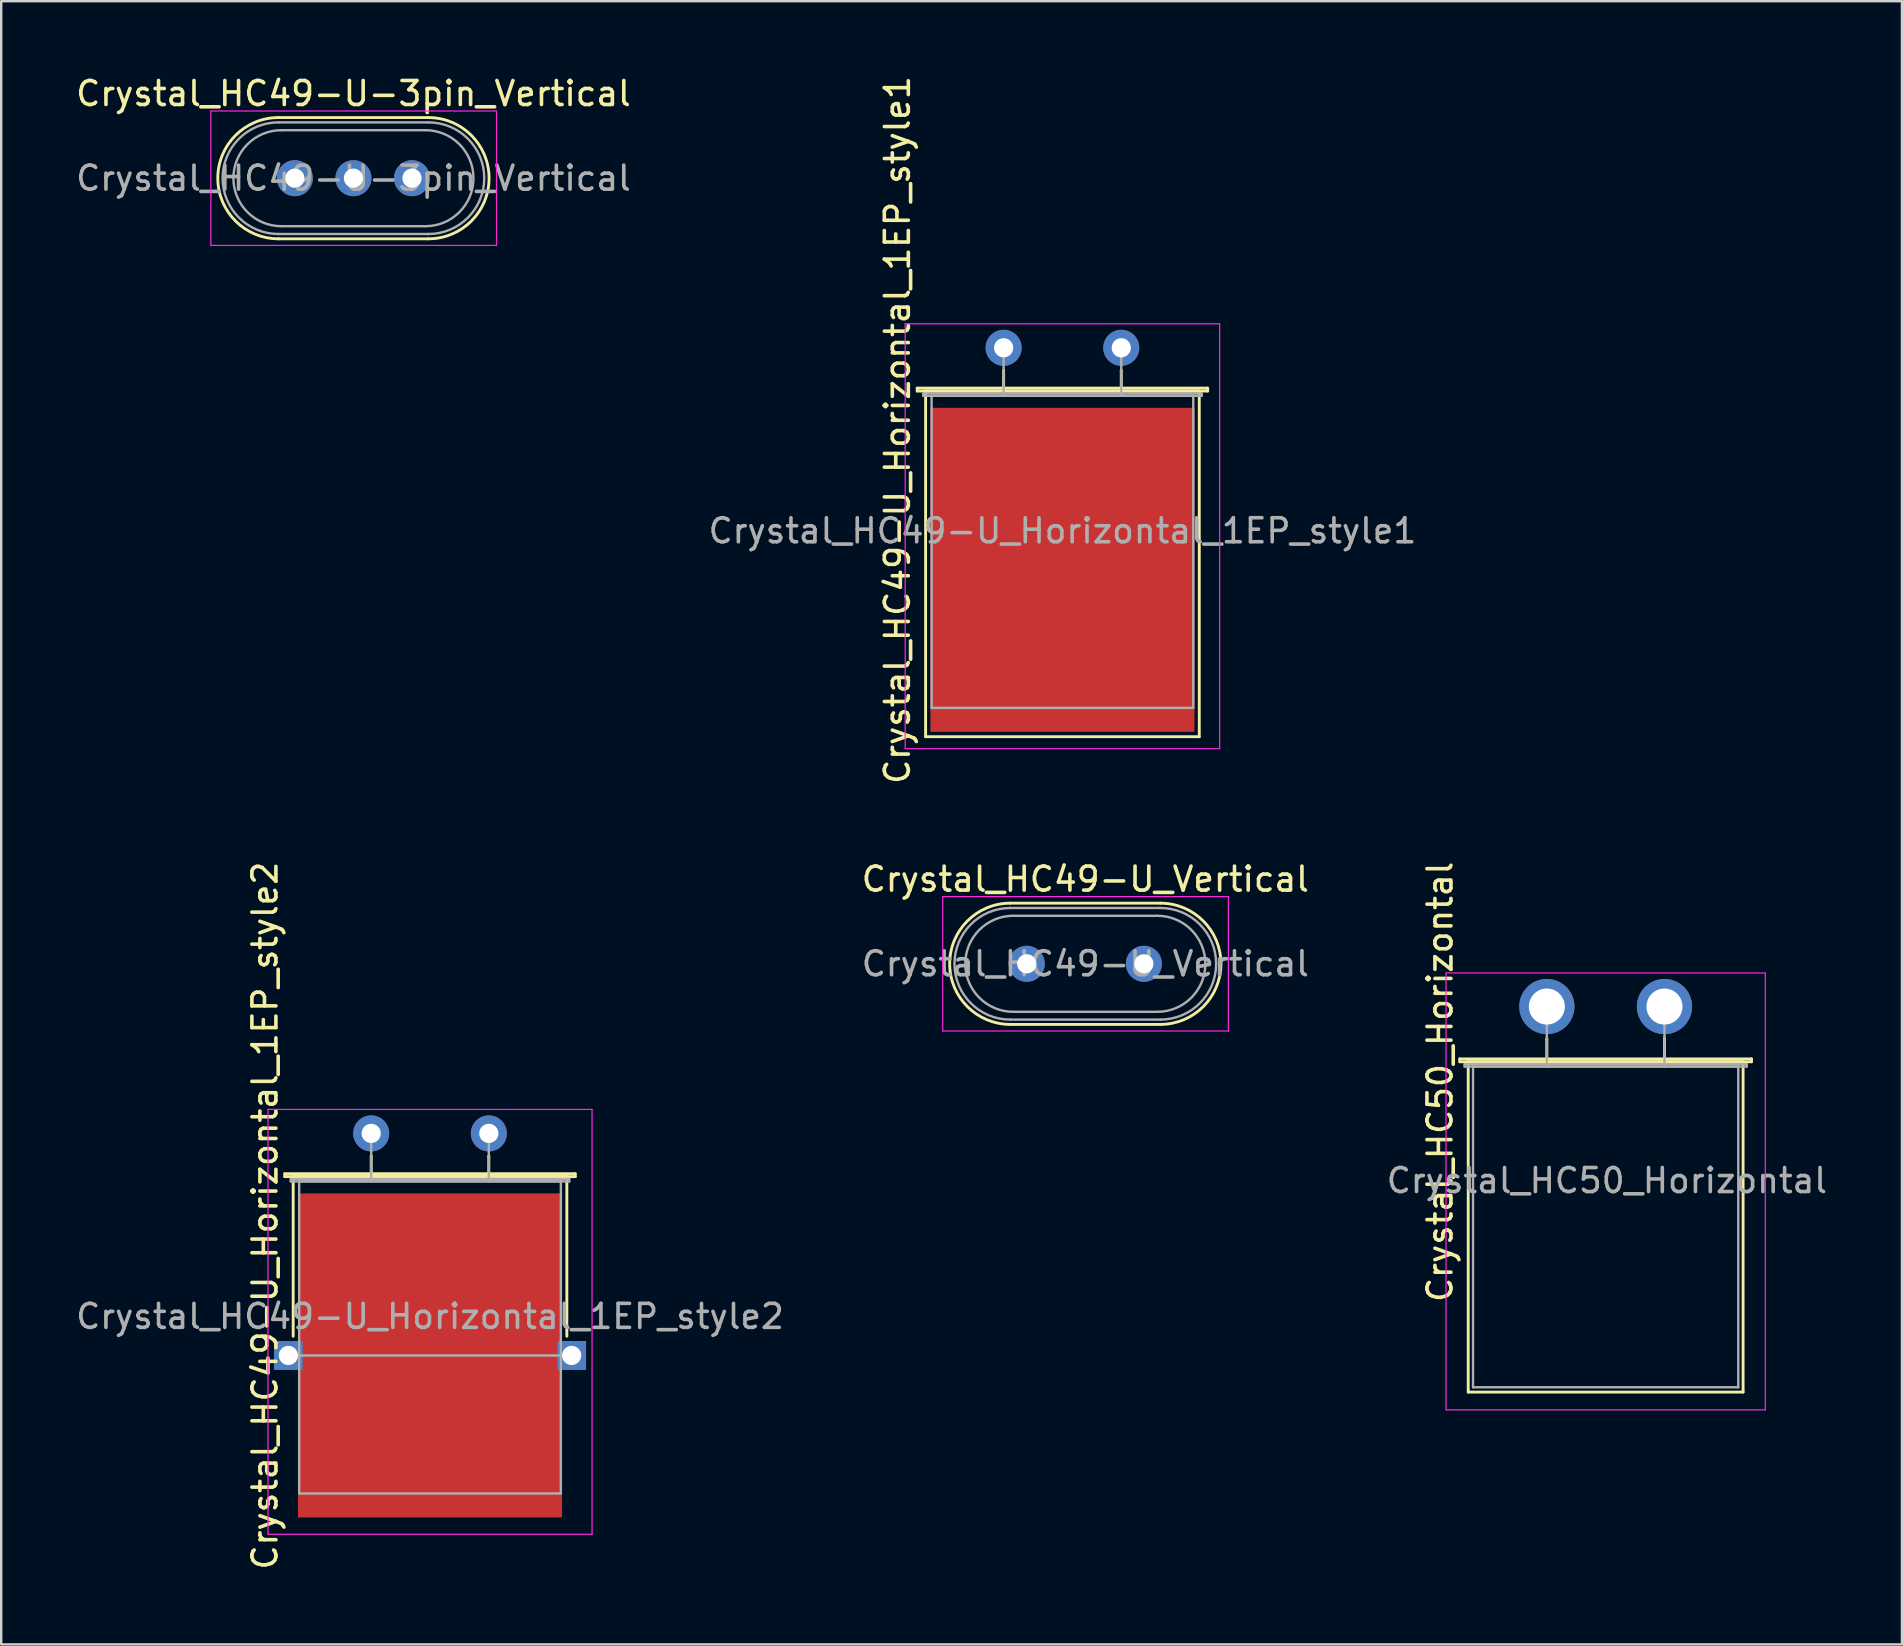
<source format=kicad_pcb>
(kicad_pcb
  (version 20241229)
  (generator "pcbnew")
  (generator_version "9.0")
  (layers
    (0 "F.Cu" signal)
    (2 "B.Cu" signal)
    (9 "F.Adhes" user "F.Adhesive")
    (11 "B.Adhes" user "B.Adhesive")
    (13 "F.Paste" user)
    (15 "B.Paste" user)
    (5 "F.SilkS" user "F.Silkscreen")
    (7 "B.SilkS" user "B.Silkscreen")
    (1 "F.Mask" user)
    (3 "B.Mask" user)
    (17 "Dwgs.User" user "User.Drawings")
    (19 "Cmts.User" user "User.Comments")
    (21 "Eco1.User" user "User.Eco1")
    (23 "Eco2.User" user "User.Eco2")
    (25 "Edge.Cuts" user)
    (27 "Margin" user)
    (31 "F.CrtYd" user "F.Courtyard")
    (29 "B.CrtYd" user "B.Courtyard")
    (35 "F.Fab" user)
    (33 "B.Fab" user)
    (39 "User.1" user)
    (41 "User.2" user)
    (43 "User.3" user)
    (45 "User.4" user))
  (footprint "Crystal_HC50_Horizontal"
    (layer "F.Cu")
    (at 61.387 38.88)
    (property "Reference" "Crystal_HC50_Horizontal" (at -4.45 3.138 90) (layer "F.SilkS") (effects (font (size 1 1) (thickness 0.15))))
    (attr through_hole)
    (fp_line (start -3.625 2.18) (end 8.525 2.18) (stroke (width 0.12) (type solid)) (layer "F.SilkS"))
    (fp_line (start -3.625 2.3) (end -3.625 2.18) (stroke (width 0.12) (type solid)) (layer "F.SilkS"))
    (fp_line (start -3.275 2.3) (end -3.275 16.06) (stroke (width 0.12) (type solid)) (layer "F.SilkS"))
    (fp_line (start -3.275 16.06) (end 8.175 16.06) (stroke (width 0.12) (type solid)) (layer "F.SilkS"))
    (fp_line (start 0 1.35) (end 0 1.35) (stroke (width 0.12) (type solid)) (layer "F.SilkS"))
    (fp_line (start 0 2.3) (end 0 1.35) (stroke (width 0.12) (type solid)) (layer "F.SilkS"))
    (fp_line (start 4.9 1.35) (end 4.9 1.35) (stroke (width 0.12) (type solid)) (layer "F.SilkS"))
    (fp_line (start 4.9 2.3) (end 4.9 1.35) (stroke (width 0.12) (type solid)) (layer "F.SilkS"))
    (fp_line (start 8.175 2.3) (end -3.275 2.3) (stroke (width 0.12) (type solid)) (layer "F.SilkS"))
    (fp_line (start 8.175 16.06) (end 8.175 2.3) (stroke (width 0.12) (type solid)) (layer "F.SilkS"))
    (fp_line (start 8.525 2.18) (end 8.525 2.3) (stroke (width 0.12) (type solid)) (layer "F.SilkS"))
    (fp_line (start 8.525 2.3) (end -3.625 2.3) (stroke (width 0.12) (type solid)) (layer "F.SilkS"))
    (fp_line (start -4.2 -1.4) (end -4.2 16.8) (stroke (width 0.05) (type solid)) (layer "F.CrtYd"))
    (fp_line (start -4.2 16.8) (end 9.1 16.8) (stroke (width 0.05) (type solid)) (layer "F.CrtYd"))
    (fp_line (start 9.1 -1.4) (end -4.2 -1.4) (stroke (width 0.05) (type solid)) (layer "F.CrtYd"))
    (fp_line (start 9.1 16.8) (end 9.1 -1.4) (stroke (width 0.05) (type solid)) (layer "F.CrtYd"))
    (fp_line (start -3.425 2.4) (end 8.325 2.4) (stroke (width 0.1) (type solid)) (layer "F.Fab"))
    (fp_line (start -3.425 2.5) (end -3.425 2.4) (stroke (width 0.1) (type solid)) (layer "F.Fab"))
    (fp_line (start -3.075 2.5) (end -3.075 15.86) (stroke (width 0.1) (type solid)) (layer "F.Fab"))
    (fp_line (start -3.075 15.86) (end 7.975 15.86) (stroke (width 0.1) (type solid)) (layer "F.Fab"))
    (fp_line (start 0 1.25) (end 0 0) (stroke (width 0.1) (type solid)) (layer "F.Fab"))
    (fp_line (start 0 2.5) (end 0 1.25) (stroke (width 0.1) (type solid)) (layer "F.Fab"))
    (fp_line (start 4.9 1.25) (end 4.9 0) (stroke (width 0.1) (type solid)) (layer "F.Fab"))
    (fp_line (start 4.9 2.5) (end 4.9 1.25) (stroke (width 0.1) (type solid)) (layer "F.Fab"))
    (fp_line (start 7.975 2.5) (end -3.075 2.5) (stroke (width 0.1) (type solid)) (layer "F.Fab"))
    (fp_line (start 7.975 15.86) (end 7.975 2.5) (stroke (width 0.1) (type solid)) (layer "F.Fab"))
    (fp_line (start 8.325 2.4) (end 8.325 2.5) (stroke (width 0.1) (type solid)) (layer "F.Fab"))
    (fp_line (start 8.325 2.5) (end -3.425 2.5) (stroke (width 0.1) (type solid)) (layer "F.Fab"))
    (fp_text user "${REFERENCE}" (at 2.5 7.25 0) (layer "F.Fab") (effects (font (size 1 1) (thickness 0.15))))
    (pad "1" thru_hole circle (at 0 0) (size 2.3 2.3) (drill 1.5) (layers "*.Cu" "*.Mask"))
    (pad "2" thru_hole circle (at 4.9 0) (size 2.3 2.3) (drill 1.5) (layers "*.Cu" "*.Mask")))
  (footprint "Crystal_HC49-U_Horizontal_1EP_style2"
    (layer "F.Cu")
    (at 12.413 44.164)
    (property "Reference" "Crystal_HC49-U_Horizontal_1EP_style2" (at -4.425 3.425 90) (layer "F.SilkS") (effects (font (size 1 1) (thickness 0.15))))
    (attr through_hole)
    (fp_line (start -3.6 1.68) (end 8.5 1.68) (stroke (width 0.12) (type solid)) (layer "F.SilkS"))
    (fp_line (start -3.6 1.8) (end -3.6 1.68) (stroke (width 0.12) (type solid)) (layer "F.SilkS"))
    (fp_line (start -3.25 1.8) (end 8.15 1.8) (stroke (width 0.12) (type solid)) (layer "F.SilkS"))
    (fp_line (start -3.25 8.45) (end -3.25 1.8) (stroke (width 0.12) (type solid)) (layer "F.SilkS"))
    (fp_line (start 0 0.95) (end 0 0.95) (stroke (width 0.12) (type solid)) (layer "F.SilkS"))
    (fp_line (start 0 1.8) (end 0 0.95) (stroke (width 0.12) (type solid)) (layer "F.SilkS"))
    (fp_line (start 4.9 0.95) (end 4.9 0.95) (stroke (width 0.12) (type solid)) (layer "F.SilkS"))
    (fp_line (start 4.9 1.8) (end 4.9 0.95) (stroke (width 0.12) (type solid)) (layer "F.SilkS"))
    (fp_line (start 8.15 1.8) (end 8.15 8.45) (stroke (width 0.12) (type solid)) (layer "F.SilkS"))
    (fp_line (start 8.5 1.68) (end 8.5 1.8) (stroke (width 0.12) (type solid)) (layer "F.SilkS"))
    (fp_line (start 8.5 1.8) (end -3.6 1.8) (stroke (width 0.12) (type solid)) (layer "F.SilkS"))
    (fp_line (start -4.3 -1) (end -4.3 16.7) (stroke (width 0.05) (type solid)) (layer "F.CrtYd"))
    (fp_line (start -4.3 16.7) (end 9.2 16.7) (stroke (width 0.05) (type solid)) (layer "F.CrtYd"))
    (fp_line (start 9.2 -1) (end -4.3 -1) (stroke (width 0.05) (type solid)) (layer "F.CrtYd"))
    (fp_line (start 9.2 16.7) (end 9.2 -1) (stroke (width 0.05) (type solid)) (layer "F.CrtYd"))
    (fp_line (start -3.45 9.25) (end 8.35 9.25) (stroke (width 0.1) (type solid)) (layer "F.Fab"))
    (fp_line (start -3.35 1.9) (end 8.25 1.9) (stroke (width 0.1) (type solid)) (layer "F.Fab"))
    (fp_line (start -3.35 2) (end -3.35 1.9) (stroke (width 0.1) (type solid)) (layer "F.Fab"))
    (fp_line (start -3 2) (end -3 15) (stroke (width 0.1) (type solid)) (layer "F.Fab"))
    (fp_line (start -3 15) (end 7.9 15) (stroke (width 0.1) (type solid)) (layer "F.Fab"))
    (fp_line (start 0 1) (end 0 0) (stroke (width 0.1) (type solid)) (layer "F.Fab"))
    (fp_line (start 0 2) (end 0 1) (stroke (width 0.1) (type solid)) (layer "F.Fab"))
    (fp_line (start 4.9 1) (end 4.9 0) (stroke (width 0.1) (type solid)) (layer "F.Fab"))
    (fp_line (start 4.9 2) (end 4.9 1) (stroke (width 0.1) (type solid)) (layer "F.Fab"))
    (fp_line (start 7.9 2) (end -3 2) (stroke (width 0.1) (type solid)) (layer "F.Fab"))
    (fp_line (start 7.9 15) (end 7.9 2) (stroke (width 0.1) (type solid)) (layer "F.Fab"))
    (fp_line (start 8.25 1.9) (end 8.25 2) (stroke (width 0.1) (type solid)) (layer "F.Fab"))
    (fp_line (start 8.25 2) (end -3.35 2) (stroke (width 0.1) (type solid)) (layer "F.Fab"))
    (fp_text user "${REFERENCE}" (at 2.45 7.625 0) (layer "F.Fab") (effects (font (size 1 1) (thickness 0.15))))
    (pad "1" thru_hole circle (at 0 0) (size 1.5 1.5) (drill 0.8) (layers "*.Cu" "*.Mask"))
    (pad "2" thru_hole circle (at 4.9 0) (size 1.5 1.5) (drill 0.8) (layers "*.Cu" "*.Mask"))
    (pad "3" thru_hole rect (at -3.45 9.25) (size 1.2 1.2) (drill 0.8) (layers "*.Cu" "*.Mask"))
    (pad "3" smd rect (at 2.45 9.25) (size 11 13.5) (layers "F.Cu" "F.Mask" "F.Paste"))
    (pad "3" thru_hole rect (at 8.35 9.25) (size 1.2 1.2) (drill 0.8) (layers "*.Cu" "*.Mask")))
  (footprint "Crystal_HC49-U-3pin_Vertical"
    (layer "F.Cu")
    (at 9.233 4.373)
    (property "Reference" "Crystal_HC49-U-3pin_Vertical" (at 2.44 -3.525 0) (layer "F.SilkS") (effects (font (size 1 1) (thickness 0.15))))
    (attr through_hole)
    (fp_line (start -0.685 -2.525) (end 5.565 -2.525) (stroke (width 0.12) (type solid)) (layer "F.SilkS"))
    (fp_line (start -0.685 2.525) (end 5.565 2.525) (stroke (width 0.12) (type solid)) (layer "F.SilkS"))
    (fp_arc (start -0.685 2.525) (mid -3.21 0) (end -0.685 -2.525) (stroke (width 0.12) (type solid)) (layer "F.SilkS"))
    (fp_arc (start 5.565 -2.525) (mid 8.09 0) (end 5.565 2.525) (stroke (width 0.12) (type solid)) (layer "F.SilkS"))
    (fp_line (start -3.5 -2.8) (end -3.5 2.8) (stroke (width 0.05) (type solid)) (layer "F.CrtYd"))
    (fp_line (start -3.5 2.8) (end 8.4 2.8) (stroke (width 0.05) (type solid)) (layer "F.CrtYd"))
    (fp_line (start 8.4 -2.8) (end -3.5 -2.8) (stroke (width 0.05) (type solid)) (layer "F.CrtYd"))
    (fp_line (start 8.4 2.8) (end 8.4 -2.8) (stroke (width 0.05) (type solid)) (layer "F.CrtYd"))
    (fp_line (start -0.685 -2.325) (end 5.565 -2.325) (stroke (width 0.1) (type solid)) (layer "F.Fab"))
    (fp_line (start -0.685 2.325) (end 5.565 2.325) (stroke (width 0.1) (type solid)) (layer "F.Fab"))
    (fp_line (start -0.56 -2) (end 5.44 -2) (stroke (width 0.1) (type solid)) (layer "F.Fab"))
    (fp_line (start -0.56 2) (end 5.44 2) (stroke (width 0.1) (type solid)) (layer "F.Fab"))
    (fp_arc (start -0.685 2.325) (mid -3.01 0) (end -0.685 -2.325) (stroke (width 0.1) (type solid)) (layer "F.Fab"))
    (fp_arc (start -0.56 2) (mid -2.56 0) (end -0.56 -2) (stroke (width 0.1) (type solid)) (layer "F.Fab"))
    (fp_arc (start 5.44 -2) (mid 7.44 0) (end 5.44 2) (stroke (width 0.1) (type solid)) (layer "F.Fab"))
    (fp_arc (start 5.565 -2.325) (mid 7.89 0) (end 5.565 2.325) (stroke (width 0.1) (type solid)) (layer "F.Fab"))
    (fp_text user "${REFERENCE}" (at 2.44 0 0) (layer "F.Fab") (effects (font (size 1 1) (thickness 0.15))))
    (pad "1" thru_hole circle (at 0 0) (size 1.5 1.5) (drill 0.8) (layers "*.Cu" "*.Mask"))
    (pad "2" thru_hole circle (at 2.44 0) (size 1.5 1.5) (drill 0.8) (layers "*.Cu" "*.Mask"))
    (pad "3" thru_hole circle (at 4.88 0) (size 1.5 1.5) (drill 0.8) (layers "*.Cu" "*.Mask")))
  (footprint "Crystal_HC49-U_Vertical"
    (layer "F.Cu")
    (at 39.721 37.099)
    (property "Reference" "Crystal_HC49-U_Vertical" (at 2.44 -3.525 0) (layer "F.SilkS") (effects (font (size 1 1) (thickness 0.15))))
    (attr through_hole)
    (fp_line (start -0.685 -2.525) (end 5.565 -2.525) (stroke (width 0.12) (type solid)) (layer "F.SilkS"))
    (fp_line (start -0.685 2.525) (end 5.565 2.525) (stroke (width 0.12) (type solid)) (layer "F.SilkS"))
    (fp_arc (start -0.685 2.525) (mid -3.21 0) (end -0.685 -2.525) (stroke (width 0.12) (type solid)) (layer "F.SilkS"))
    (fp_arc (start 5.565 -2.525) (mid 8.09 0) (end 5.565 2.525) (stroke (width 0.12) (type solid)) (layer "F.SilkS"))
    (fp_line (start -3.5 -2.8) (end -3.5 2.8) (stroke (width 0.05) (type solid)) (layer "F.CrtYd"))
    (fp_line (start -3.5 2.8) (end 8.4 2.8) (stroke (width 0.05) (type solid)) (layer "F.CrtYd"))
    (fp_line (start 8.4 -2.8) (end -3.5 -2.8) (stroke (width 0.05) (type solid)) (layer "F.CrtYd"))
    (fp_line (start 8.4 2.8) (end 8.4 -2.8) (stroke (width 0.05) (type solid)) (layer "F.CrtYd"))
    (fp_line (start -0.685 -2.325) (end 5.565 -2.325) (stroke (width 0.1) (type solid)) (layer "F.Fab"))
    (fp_line (start -0.685 2.325) (end 5.565 2.325) (stroke (width 0.1) (type solid)) (layer "F.Fab"))
    (fp_line (start -0.56 -2) (end 5.44 -2) (stroke (width 0.1) (type solid)) (layer "F.Fab"))
    (fp_line (start -0.56 2) (end 5.44 2) (stroke (width 0.1) (type solid)) (layer "F.Fab"))
    (fp_arc (start -0.685 2.325) (mid -3.01 0) (end -0.685 -2.325) (stroke (width 0.1) (type solid)) (layer "F.Fab"))
    (fp_arc (start -0.56 2) (mid -2.56 0) (end -0.56 -2) (stroke (width 0.1) (type solid)) (layer "F.Fab"))
    (fp_arc (start 5.44 -2) (mid 7.44 0) (end 5.44 2) (stroke (width 0.1) (type solid)) (layer "F.Fab"))
    (fp_arc (start 5.565 -2.325) (mid 7.89 0) (end 5.565 2.325) (stroke (width 0.1) (type solid)) (layer "F.Fab"))
    (fp_text user "${REFERENCE}" (at 2.44 0 0) (layer "F.Fab") (effects (font (size 1 1) (thickness 0.15))))
    (pad "1" thru_hole circle (at 0 0) (size 1.5 1.5) (drill 0.8) (layers "*.Cu" "*.Mask"))
    (pad "2" thru_hole circle (at 4.88 0) (size 1.5 1.5) (drill 0.8) (layers "*.Cu" "*.Mask")))
  (footprint "Crystal_HC49-U_Horizontal_1EP_style1"
    (layer "F.Cu")
    (at 38.758 11.438)
    (property "Reference" "Crystal_HC49-U_Horizontal_1EP_style1" (at -4.425 3.425 90) (layer "F.SilkS") (effects (font (size 1 1) (thickness 0.15))))
    (attr through_hole)
    (fp_line (start -3.6 1.68) (end 8.5 1.68) (stroke (width 0.12) (type solid)) (layer "F.SilkS"))
    (fp_line (start -3.6 1.8) (end -3.6 1.68) (stroke (width 0.12) (type solid)) (layer "F.SilkS"))
    (fp_line (start -3.25 1.8) (end -3.25 16.2) (stroke (width 0.12) (type solid)) (layer "F.SilkS"))
    (fp_line (start -3.25 16.2) (end 8.15 16.2) (stroke (width 0.12) (type solid)) (layer "F.SilkS"))
    (fp_line (start 0 0.95) (end 0 0.95) (stroke (width 0.12) (type solid)) (layer "F.SilkS"))
    (fp_line (start 0 1.8) (end 0 0.95) (stroke (width 0.12) (type solid)) (layer "F.SilkS"))
    (fp_line (start 4.9 0.95) (end 4.9 0.95) (stroke (width 0.12) (type solid)) (layer "F.SilkS"))
    (fp_line (start 4.9 1.8) (end 4.9 0.95) (stroke (width 0.12) (type solid)) (layer "F.SilkS"))
    (fp_line (start 8.15 1.8) (end -3.25 1.8) (stroke (width 0.12) (type solid)) (layer "F.SilkS"))
    (fp_line (start 8.15 16.2) (end 8.15 1.8) (stroke (width 0.12) (type solid)) (layer "F.SilkS"))
    (fp_line (start 8.5 1.68) (end 8.5 1.8) (stroke (width 0.12) (type solid)) (layer "F.SilkS"))
    (fp_line (start 8.5 1.8) (end -3.6 1.8) (stroke (width 0.12) (type solid)) (layer "F.SilkS"))
    (fp_line (start -4.1 -1) (end -4.1 16.7) (stroke (width 0.05) (type solid)) (layer "F.CrtYd"))
    (fp_line (start -4.1 16.7) (end 9 16.7) (stroke (width 0.05) (type solid)) (layer "F.CrtYd"))
    (fp_line (start 9 -1) (end -4.1 -1) (stroke (width 0.05) (type solid)) (layer "F.CrtYd"))
    (fp_line (start 9 16.7) (end 9 -1) (stroke (width 0.05) (type solid)) (layer "F.CrtYd"))
    (fp_line (start -3.35 1.9) (end 8.25 1.9) (stroke (width 0.1) (type solid)) (layer "F.Fab"))
    (fp_line (start -3.35 2) (end -3.35 1.9) (stroke (width 0.1) (type solid)) (layer "F.Fab"))
    (fp_line (start -3 2) (end -3 15) (stroke (width 0.1) (type solid)) (layer "F.Fab"))
    (fp_line (start -3 15) (end 7.9 15) (stroke (width 0.1) (type solid)) (layer "F.Fab"))
    (fp_line (start 0 1) (end 0 0) (stroke (width 0.1) (type solid)) (layer "F.Fab"))
    (fp_line (start 0 2) (end 0 1) (stroke (width 0.1) (type solid)) (layer "F.Fab"))
    (fp_line (start 4.9 1) (end 4.9 0) (stroke (width 0.1) (type solid)) (layer "F.Fab"))
    (fp_line (start 4.9 2) (end 4.9 1) (stroke (width 0.1) (type solid)) (layer "F.Fab"))
    (fp_line (start 7.9 2) (end -3 2) (stroke (width 0.1) (type solid)) (layer "F.Fab"))
    (fp_line (start 7.9 15) (end 7.9 2) (stroke (width 0.1) (type solid)) (layer "F.Fab"))
    (fp_line (start 8.25 1.9) (end 8.25 2) (stroke (width 0.1) (type solid)) (layer "F.Fab"))
    (fp_line (start 8.25 2) (end -3.35 2) (stroke (width 0.1) (type solid)) (layer "F.Fab"))
    (fp_text user "${REFERENCE}" (at 2.45 7.625 0) (layer "F.Fab") (effects (font (size 1 1) (thickness 0.15))))
    (pad "1" thru_hole circle (at 0 0) (size 1.5 1.5) (drill 0.8) (layers "*.Cu" "*.Mask"))
    (pad "2" thru_hole circle (at 4.9 0) (size 1.5 1.5) (drill 0.8) (layers "*.Cu" "*.Mask"))
    (pad "3" smd rect (at 2.45 9.25) (size 11 13.5) (layers "F.Cu" "F.Mask" "F.Paste")))
  (gr_rect
    (start -3 -3)
    (end 76.179 65.452)
    (stroke (width 0.1) (type default))
    (fill no)
    (layer "Edge.Cuts")))
</source>
